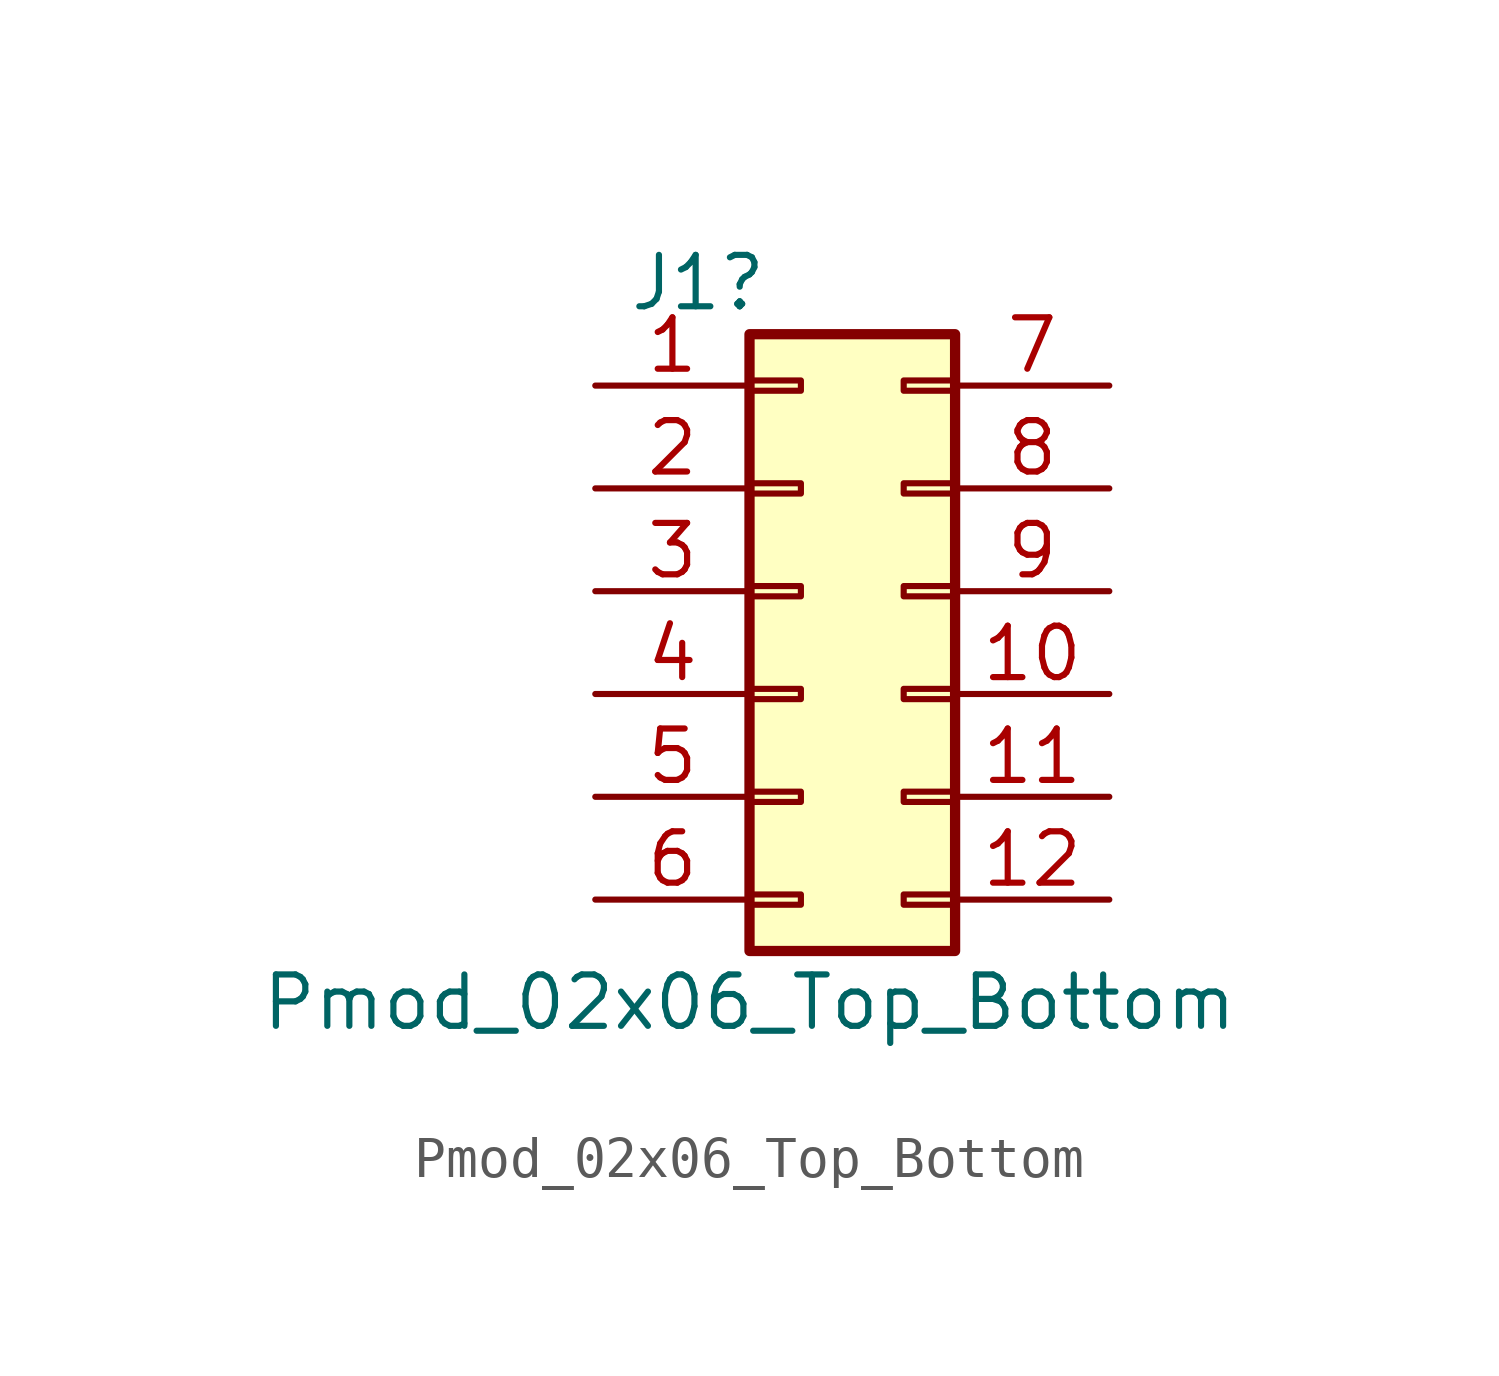
<source format=kicad_sym>
(kicad_symbol_lib
  (version 20211014)
  (generator kicad_symbol_editor)
  (symbol "Pmod_02x06_Top_Bottom"
    (pin_names
      (offset 1.016) hide)
    (property "Reference" "J1"
      (at -2.54 7.62 0)
      (effects (font (size 1.27 1.27))))
    (property "Value" "Pmod_02x06_Top_Bottom"
      (at -1.27 -10.16 0)
      (effects (font (size 1.27 1.27))))
    (symbol "Pmod_02x06_Top_Bottom_1_1"
      (rectangle (start -1.27 -7.493) (end 0 -7.747) (stroke (width 0.152) (type default) (color 0 0 0 0)) (fill (type none)))
      (rectangle (start -1.27 -4.953) (end 0 -5.207) (stroke (width 0.152) (type default) (color 0 0 0 0)) (fill (type none)))
      (rectangle (start -1.27 -2.413) (end 0 -2.667) (stroke (width 0.152) (type default) (color 0 0 0 0)) (fill (type none)))
      (rectangle (start -1.27 0.127) (end 0 -0.127) (stroke (width 0.152) (type default) (color 0 0 0 0)) (fill (type none)))
      (rectangle (start -1.27 2.667) (end 0 2.413) (stroke (width 0.152) (type default) (color 0 0 0 0)) (fill (type none)))
      (rectangle (start -1.27 5.207) (end 0 4.953) (stroke (width 0.152) (type default) (color 0 0 0 0)) (fill (type none)))
      (rectangle (start -1.27 6.35) (end 3.81 -8.89) (stroke (width 0.254) (type default) (color 0 0 0 0)) (fill (type background)))
      (rectangle (start 3.81 -7.493) (end 2.54 -7.747) (stroke (width 0.152) (type default) (color 0 0 0 0)) (fill (type none)))
      (rectangle (start 3.81 -4.953) (end 2.54 -5.207) (stroke (width 0.152) (type default) (color 0 0 0 0)) (fill (type none)))
      (rectangle (start 3.81 -2.413) (end 2.54 -2.667) (stroke (width 0.152) (type default) (color 0 0 0 0)) (fill (type none)))
      (rectangle (start 3.81 0.127) (end 2.54 -0.127) (stroke (width 0.152) (type default) (color 0 0 0 0)) (fill (type none)))
      (rectangle (start 3.81 2.667) (end 2.54 2.413) (stroke (width 0.152) (type default) (color 0 0 0 0)) (fill (type none)))
      (rectangle (start 3.81 5.207) (end 2.54 4.953) (stroke (width 0.152) (type default) (color 0 0 0 0)) (fill (type none)))
      (pin passive line (at -5.08 5.08 0) (length 3.81) (name "Pin_1" (effects (font (size 1.27 1.27)))) (number "1" (effects (font (size 1.27 1.27)))))
      (pin passive line (at 7.62 -2.54 180) (length 3.81) (name "Pin_10" (effects (font (size 1.27 1.27)))) (number "10" (effects (font (size 1.27 1.27)))))
      (pin passive line (at 7.62 -5.08 180) (length 3.81) (name "GND" (effects (font (size 1.27 1.27)))) (number "11" (effects (font (size 1.27 1.27)))))
      (pin passive line (at 7.62 -7.62 180) (length 3.81) (name "3.3V" (effects (font (size 1.27 1.27)))) (number "12" (effects (font (size 1.27 1.27)))))
      (pin passive line (at -5.08 2.54 0) (length 3.81) (name "Pin_2" (effects (font (size 1.27 1.27)))) (number "2" (effects (font (size 1.27 1.27)))))
      (pin passive line (at -5.08 0 0) (length 3.81) (name "Pin_3" (effects (font (size 1.27 1.27)))) (number "3" (effects (font (size 1.27 1.27)))))
      (pin passive line (at -5.08 -2.54 0) (length 3.81) (name "Pin_4" (effects (font (size 1.27 1.27)))) (number "4" (effects (font (size 1.27 1.27)))))
      (pin passive line (at -5.08 -5.08 0) (length 3.81) (name "GND" (effects (font (size 1.27 1.27)))) (number "5" (effects (font (size 1.27 1.27)))))
      (pin passive line (at -5.08 -7.62 0) (length 3.81) (name "3.3V" (effects (font (size 1.27 1.27)))) (number "6" (effects (font (size 1.27 1.27)))))
      (pin passive line (at 7.62 5.08 180) (length 3.81) (name "Pin_7" (effects (font (size 1.27 1.27)))) (number "7" (effects (font (size 1.27 1.27)))))
      (pin passive line (at 7.62 2.54 180) (length 3.81) (name "Pin_8" (effects (font (size 1.27 1.27)))) (number "8" (effects (font (size 1.27 1.27)))))
      (pin passive line (at 7.62 0 180) (length 3.81) (name "Pin_9" (effects (font (size 1.27 1.27)))) (number "9" (effects (font (size 1.27 1.27))))))))
</source>
